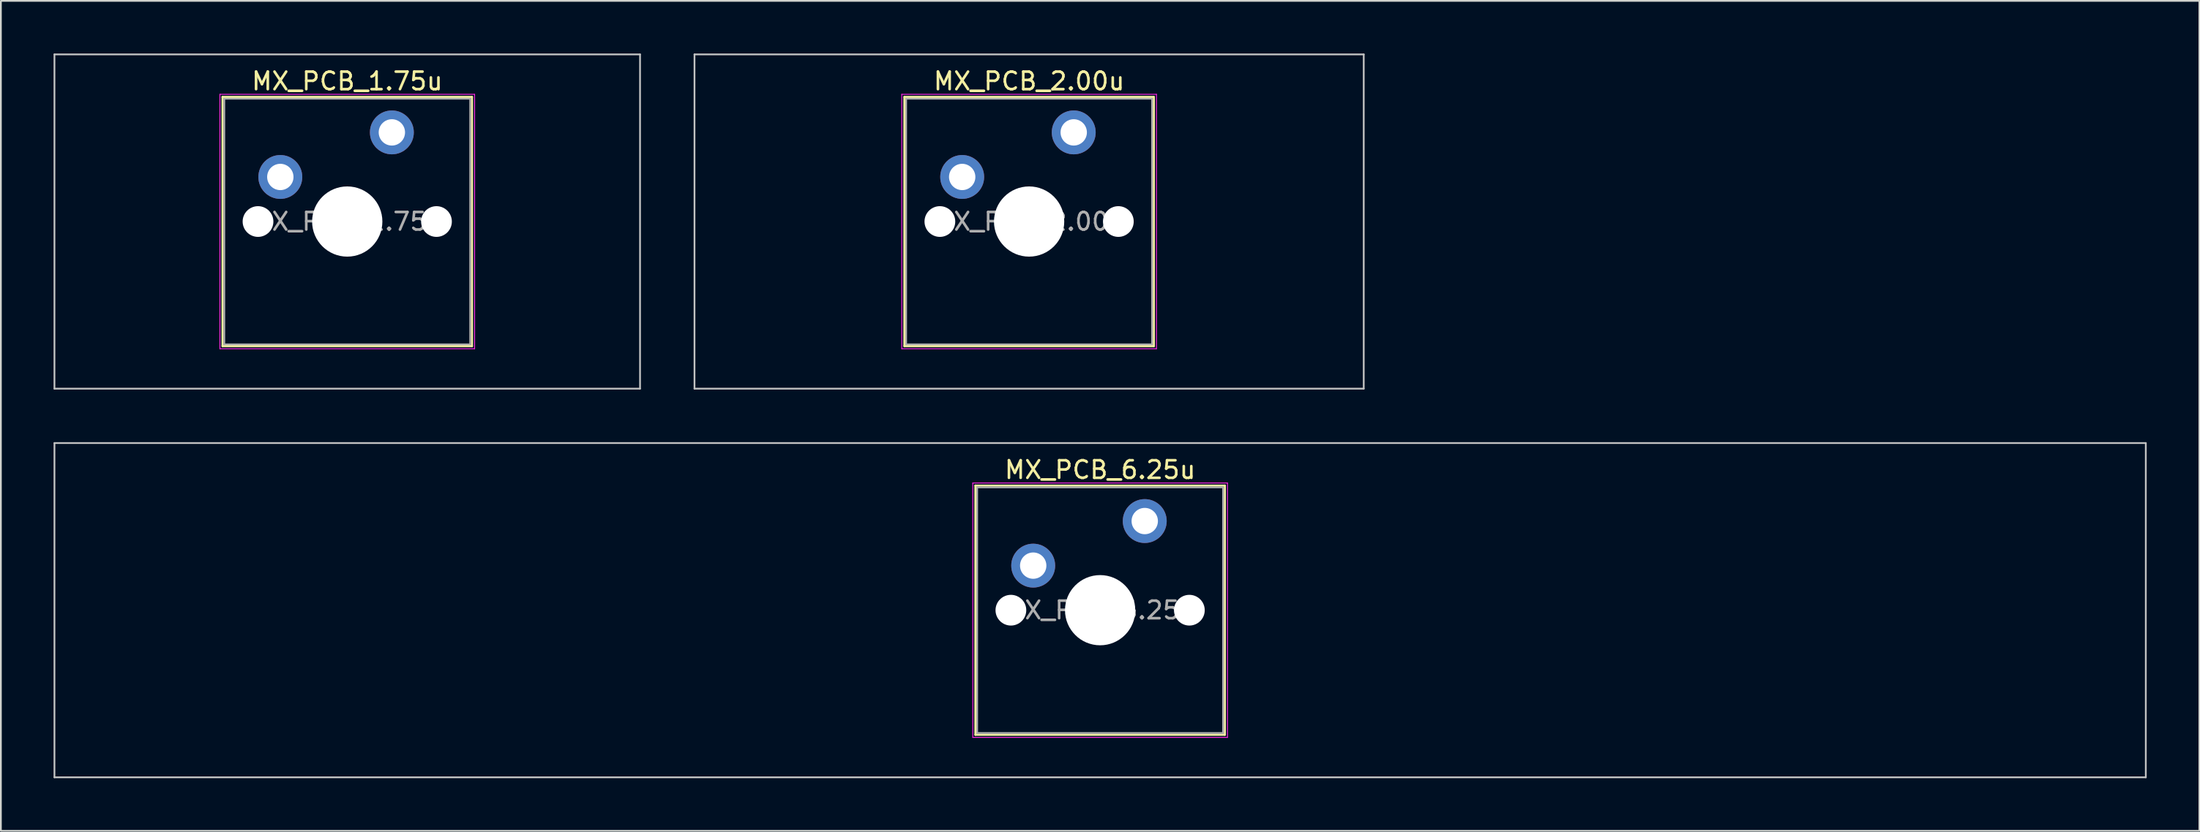
<source format=kicad_pcb>
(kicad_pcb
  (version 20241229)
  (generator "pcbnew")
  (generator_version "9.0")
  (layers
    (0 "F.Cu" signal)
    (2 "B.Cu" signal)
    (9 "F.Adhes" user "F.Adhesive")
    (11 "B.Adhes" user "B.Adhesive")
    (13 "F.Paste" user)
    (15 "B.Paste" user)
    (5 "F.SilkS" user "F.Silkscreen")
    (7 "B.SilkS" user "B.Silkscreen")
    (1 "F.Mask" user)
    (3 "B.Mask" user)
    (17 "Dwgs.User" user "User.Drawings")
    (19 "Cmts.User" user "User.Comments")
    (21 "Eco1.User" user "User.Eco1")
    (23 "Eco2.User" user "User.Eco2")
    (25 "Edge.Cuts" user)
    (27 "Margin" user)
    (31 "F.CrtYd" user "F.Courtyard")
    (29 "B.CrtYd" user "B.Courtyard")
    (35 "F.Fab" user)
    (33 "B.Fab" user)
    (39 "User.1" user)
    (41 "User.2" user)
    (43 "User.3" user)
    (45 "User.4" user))
  (footprint "MX_PCB_6.25u"
    (layer "F.Cu")
    (at 59.581 31.725)
    (property "Reference" "MX_PCB_6.25u" (at 0 -8 0) (layer "F.SilkS") (effects (font (size 1 1) (thickness 0.15))))
    (attr through_hole)
    (fp_line (start -7.1 -7.1) (end -7.1 7.1) (stroke (width 0.12) (type solid)) (layer "F.SilkS"))
    (fp_line (start -7.1 7.1) (end 7.1 7.1) (stroke (width 0.12) (type solid)) (layer "F.SilkS"))
    (fp_line (start 7.1 -7.1) (end -7.1 -7.1) (stroke (width 0.12) (type solid)) (layer "F.SilkS"))
    (fp_line (start 7.1 7.1) (end 7.1 -7.1) (stroke (width 0.12) (type solid)) (layer "F.SilkS"))
    (fp_line (start -59.531 -9.525) (end -59.531 9.525) (stroke (width 0.1) (type solid)) (layer "Dwgs.User"))
    (fp_line (start -59.531 9.525) (end 59.531 9.525) (stroke (width 0.1) (type solid)) (layer "Dwgs.User"))
    (fp_line (start 59.531 -9.525) (end -59.531 -9.525) (stroke (width 0.1) (type solid)) (layer "Dwgs.User"))
    (fp_line (start 59.531 9.525) (end 59.531 -9.525) (stroke (width 0.1) (type solid)) (layer "Dwgs.User"))
    (fp_line (start -7 -7) (end -7 7) (stroke (width 0.1) (type solid)) (layer "Eco1.User"))
    (fp_line (start -7 7) (end 7 7) (stroke (width 0.1) (type solid)) (layer "Eco1.User"))
    (fp_line (start 7 -7) (end -7 -7) (stroke (width 0.1) (type solid)) (layer "Eco1.User"))
    (fp_line (start 7 7) (end 7 -7) (stroke (width 0.1) (type solid)) (layer "Eco1.User"))
    (fp_line (start -7.25 -7.25) (end -7.25 7.25) (stroke (width 0.05) (type solid)) (layer "F.CrtYd"))
    (fp_line (start -7.25 7.25) (end 7.25 7.25) (stroke (width 0.05) (type solid)) (layer "F.CrtYd"))
    (fp_line (start 7.25 -7.25) (end -7.25 -7.25) (stroke (width 0.05) (type solid)) (layer "F.CrtYd"))
    (fp_line (start 7.25 7.25) (end 7.25 -7.25) (stroke (width 0.05) (type solid)) (layer "F.CrtYd"))
    (fp_line (start -7 -7) (end -7 7) (stroke (width 0.1) (type solid)) (layer "F.Fab"))
    (fp_line (start -7 7) (end 7 7) (stroke (width 0.1) (type solid)) (layer "F.Fab"))
    (fp_line (start 7 -7) (end -7 -7) (stroke (width 0.1) (type solid)) (layer "F.Fab"))
    (fp_line (start 7 7) (end 7 -7) (stroke (width 0.1) (type solid)) (layer "F.Fab"))
    (fp_text user "${REFERENCE}" (at 0 0 0) (layer "F.Fab") (effects (font (size 1 1) (thickness 0.15))))
    (pad "" np_thru_hole circle (at -5.08 0) (size 1.75 1.75) (drill 1.75) (layers "*.Cu" "*.Mask"))
    (pad "" np_thru_hole circle (at 0 0) (size 4 4) (drill 4) (layers "*.Cu" "*.Mask"))
    (pad "" np_thru_hole circle (at 5.08 0) (size 1.75 1.75) (drill 1.75) (layers "*.Cu" "*.Mask"))
    (pad "1" thru_hole circle (at -3.81 -2.54) (size 2.5 2.5) (drill 1.5) (layers "*.Cu" "*.Mask"))
    (pad "2" thru_hole circle (at 2.54 -5.08) (size 2.5 2.5) (drill 1.5) (layers "*.Cu" "*.Mask")))
  (footprint "MX_PCB_1.75u"
    (layer "F.Cu")
    (at 16.719 9.575)
    (property "Reference" "MX_PCB_1.75u" (at 0 -8 0) (layer "F.SilkS") (effects (font (size 1 1) (thickness 0.15))))
    (attr through_hole)
    (fp_line (start -7.1 -7.1) (end -7.1 7.1) (stroke (width 0.12) (type solid)) (layer "F.SilkS"))
    (fp_line (start -7.1 7.1) (end 7.1 7.1) (stroke (width 0.12) (type solid)) (layer "F.SilkS"))
    (fp_line (start 7.1 -7.1) (end -7.1 -7.1) (stroke (width 0.12) (type solid)) (layer "F.SilkS"))
    (fp_line (start 7.1 7.1) (end 7.1 -7.1) (stroke (width 0.12) (type solid)) (layer "F.SilkS"))
    (fp_line (start -16.669 -9.525) (end -16.669 9.525) (stroke (width 0.1) (type solid)) (layer "Dwgs.User"))
    (fp_line (start -16.669 9.525) (end 16.669 9.525) (stroke (width 0.1) (type solid)) (layer "Dwgs.User"))
    (fp_line (start 16.669 -9.525) (end -16.669 -9.525) (stroke (width 0.1) (type solid)) (layer "Dwgs.User"))
    (fp_line (start 16.669 9.525) (end 16.669 -9.525) (stroke (width 0.1) (type solid)) (layer "Dwgs.User"))
    (fp_line (start -7 -7) (end -7 7) (stroke (width 0.1) (type solid)) (layer "Eco1.User"))
    (fp_line (start -7 7) (end 7 7) (stroke (width 0.1) (type solid)) (layer "Eco1.User"))
    (fp_line (start 7 -7) (end -7 -7) (stroke (width 0.1) (type solid)) (layer "Eco1.User"))
    (fp_line (start 7 7) (end 7 -7) (stroke (width 0.1) (type solid)) (layer "Eco1.User"))
    (fp_line (start -7.25 -7.25) (end -7.25 7.25) (stroke (width 0.05) (type solid)) (layer "F.CrtYd"))
    (fp_line (start -7.25 7.25) (end 7.25 7.25) (stroke (width 0.05) (type solid)) (layer "F.CrtYd"))
    (fp_line (start 7.25 -7.25) (end -7.25 -7.25) (stroke (width 0.05) (type solid)) (layer "F.CrtYd"))
    (fp_line (start 7.25 7.25) (end 7.25 -7.25) (stroke (width 0.05) (type solid)) (layer "F.CrtYd"))
    (fp_line (start -7 -7) (end -7 7) (stroke (width 0.1) (type solid)) (layer "F.Fab"))
    (fp_line (start -7 7) (end 7 7) (stroke (width 0.1) (type solid)) (layer "F.Fab"))
    (fp_line (start 7 -7) (end -7 -7) (stroke (width 0.1) (type solid)) (layer "F.Fab"))
    (fp_line (start 7 7) (end 7 -7) (stroke (width 0.1) (type solid)) (layer "F.Fab"))
    (fp_text user "${REFERENCE}" (at 0 0 0) (layer "F.Fab") (effects (font (size 1 1) (thickness 0.15))))
    (pad "" np_thru_hole circle (at -5.08 0) (size 1.75 1.75) (drill 1.75) (layers "*.Cu" "*.Mask"))
    (pad "" np_thru_hole circle (at 0 0) (size 4 4) (drill 4) (layers "*.Cu" "*.Mask"))
    (pad "" np_thru_hole circle (at 5.08 0) (size 1.75 1.75) (drill 1.75) (layers "*.Cu" "*.Mask"))
    (pad "1" thru_hole circle (at -3.81 -2.54) (size 2.5 2.5) (drill 1.5) (layers "*.Cu" "*.Mask"))
    (pad "2" thru_hole circle (at 2.54 -5.08) (size 2.5 2.5) (drill 1.5) (layers "*.Cu" "*.Mask")))
  (footprint "MX_PCB_2.00u"
    (layer "F.Cu")
    (at 55.538 9.575)
    (property "Reference" "MX_PCB_2.00u" (at 0 -8 0) (layer "F.SilkS") (effects (font (size 1 1) (thickness 0.15))))
    (attr through_hole)
    (fp_line (start -7.1 -7.1) (end -7.1 7.1) (stroke (width 0.12) (type solid)) (layer "F.SilkS"))
    (fp_line (start -7.1 7.1) (end 7.1 7.1) (stroke (width 0.12) (type solid)) (layer "F.SilkS"))
    (fp_line (start 7.1 -7.1) (end -7.1 -7.1) (stroke (width 0.12) (type solid)) (layer "F.SilkS"))
    (fp_line (start 7.1 7.1) (end 7.1 -7.1) (stroke (width 0.12) (type solid)) (layer "F.SilkS"))
    (fp_line (start -19.05 -9.525) (end -19.05 9.525) (stroke (width 0.1) (type solid)) (layer "Dwgs.User"))
    (fp_line (start -19.05 9.525) (end 19.05 9.525) (stroke (width 0.1) (type solid)) (layer "Dwgs.User"))
    (fp_line (start 19.05 -9.525) (end -19.05 -9.525) (stroke (width 0.1) (type solid)) (layer "Dwgs.User"))
    (fp_line (start 19.05 9.525) (end 19.05 -9.525) (stroke (width 0.1) (type solid)) (layer "Dwgs.User"))
    (fp_line (start -7 -7) (end -7 7) (stroke (width 0.1) (type solid)) (layer "Eco1.User"))
    (fp_line (start -7 7) (end 7 7) (stroke (width 0.1) (type solid)) (layer "Eco1.User"))
    (fp_line (start 7 -7) (end -7 -7) (stroke (width 0.1) (type solid)) (layer "Eco1.User"))
    (fp_line (start 7 7) (end 7 -7) (stroke (width 0.1) (type solid)) (layer "Eco1.User"))
    (fp_line (start -7.25 -7.25) (end -7.25 7.25) (stroke (width 0.05) (type solid)) (layer "F.CrtYd"))
    (fp_line (start -7.25 7.25) (end 7.25 7.25) (stroke (width 0.05) (type solid)) (layer "F.CrtYd"))
    (fp_line (start 7.25 -7.25) (end -7.25 -7.25) (stroke (width 0.05) (type solid)) (layer "F.CrtYd"))
    (fp_line (start 7.25 7.25) (end 7.25 -7.25) (stroke (width 0.05) (type solid)) (layer "F.CrtYd"))
    (fp_line (start -7 -7) (end -7 7) (stroke (width 0.1) (type solid)) (layer "F.Fab"))
    (fp_line (start -7 7) (end 7 7) (stroke (width 0.1) (type solid)) (layer "F.Fab"))
    (fp_line (start 7 -7) (end -7 -7) (stroke (width 0.1) (type solid)) (layer "F.Fab"))
    (fp_line (start 7 7) (end 7 -7) (stroke (width 0.1) (type solid)) (layer "F.Fab"))
    (fp_text user "${REFERENCE}" (at 0 0 0) (layer "F.Fab") (effects (font (size 1 1) (thickness 0.15))))
    (pad "" np_thru_hole circle (at -5.08 0) (size 1.75 1.75) (drill 1.75) (layers "*.Cu" "*.Mask"))
    (pad "" np_thru_hole circle (at 0 0) (size 4 4) (drill 4) (layers "*.Cu" "*.Mask"))
    (pad "" np_thru_hole circle (at 5.08 0) (size 1.75 1.75) (drill 1.75) (layers "*.Cu" "*.Mask"))
    (pad "1" thru_hole circle (at -3.81 -2.54) (size 2.5 2.5) (drill 1.5) (layers "*.Cu" "*.Mask"))
    (pad "2" thru_hole circle (at 2.54 -5.08) (size 2.5 2.5) (drill 1.5) (layers "*.Cu" "*.Mask")))
  (gr_rect
    (start -3 -3)
    (end 122.162 44.3)
    (stroke (width 0.1) (type default))
    (fill no)
    (layer "Edge.Cuts")))
</source>
